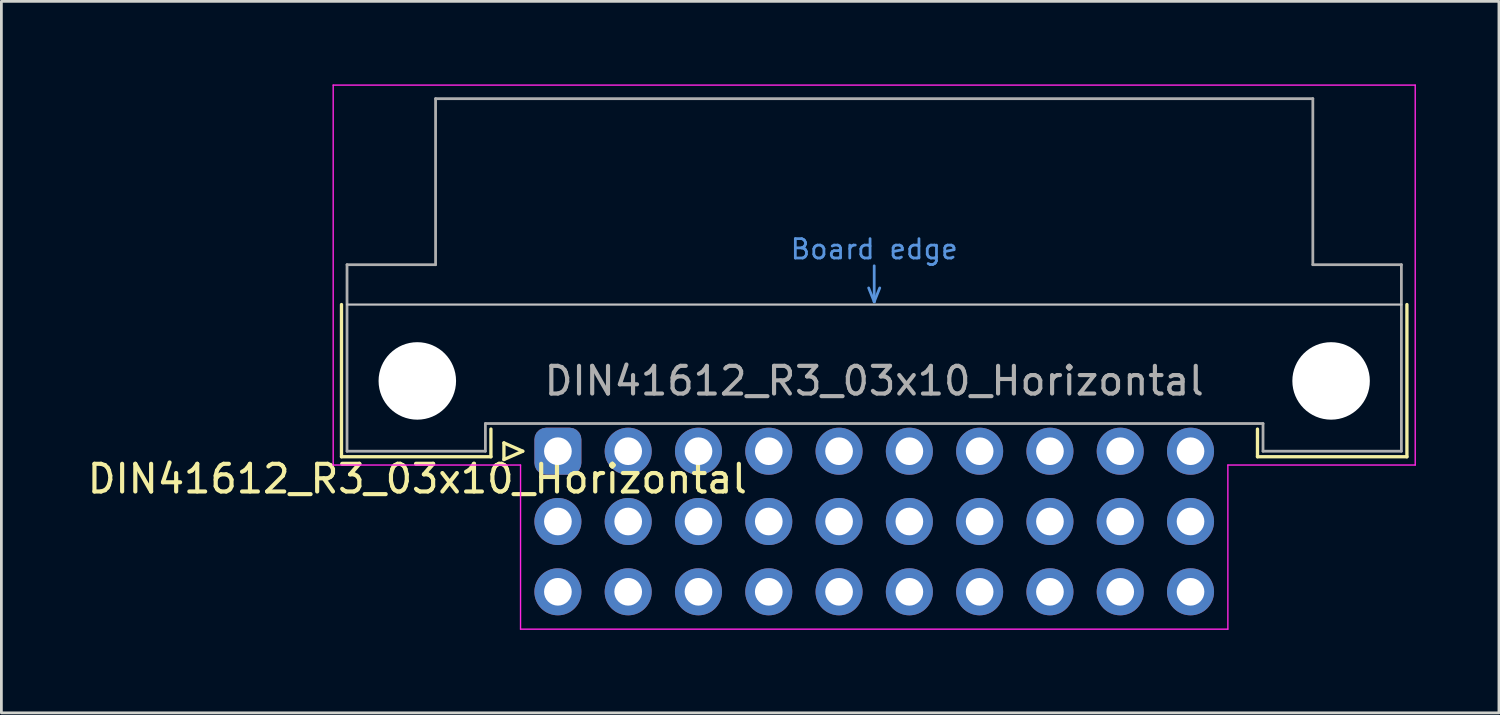
<source format=kicad_pcb>
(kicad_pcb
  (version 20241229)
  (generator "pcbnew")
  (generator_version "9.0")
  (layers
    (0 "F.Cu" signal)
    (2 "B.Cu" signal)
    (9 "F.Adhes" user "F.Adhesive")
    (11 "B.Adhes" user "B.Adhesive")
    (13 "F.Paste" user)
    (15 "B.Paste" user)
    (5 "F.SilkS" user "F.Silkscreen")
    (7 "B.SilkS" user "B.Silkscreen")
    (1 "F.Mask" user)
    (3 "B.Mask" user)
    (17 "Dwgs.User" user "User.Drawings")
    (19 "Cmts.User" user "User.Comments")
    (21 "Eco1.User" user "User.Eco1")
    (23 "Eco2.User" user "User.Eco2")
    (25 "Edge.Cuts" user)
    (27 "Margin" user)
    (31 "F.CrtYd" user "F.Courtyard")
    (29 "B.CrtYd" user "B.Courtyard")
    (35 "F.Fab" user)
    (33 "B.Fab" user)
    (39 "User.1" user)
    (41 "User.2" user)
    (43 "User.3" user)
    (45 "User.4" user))
  (footprint "DIN41612_R3_03x10_Horizontal"
    (layer "F.Cu")
    (at 17.11 13.255)
    (property "Reference" "DIN41612_R3_03x10_Horizontal" (at -5.08 1 0) (layer "F.SilkS") (effects (font (size 1 1) (thickness 0.15))))
    (attr through_hole)
    (fp_line (start -7.82 -5.3) (end -7.82 0.2) (stroke (width 0.12) (type solid)) (layer "F.SilkS"))
    (fp_line (start -7.82 0.2) (end -2.42 0.2) (stroke (width 0.12) (type solid)) (layer "F.SilkS"))
    (fp_line (start -2.42 0.2) (end -2.42 -0.8) (stroke (width 0.12) (type solid)) (layer "F.SilkS"))
    (fp_line (start -1.95 -0.3) (end -1.95 0.3) (stroke (width 0.12) (type solid)) (layer "F.SilkS"))
    (fp_line (start -1.95 0.3) (end -1.27 0) (stroke (width 0.12) (type solid)) (layer "F.SilkS"))
    (fp_line (start -1.27 0) (end -1.95 -0.3) (stroke (width 0.12) (type solid)) (layer "F.SilkS"))
    (fp_line (start 25.28 0.2) (end 25.28 -0.8) (stroke (width 0.12) (type solid)) (layer "F.SilkS"))
    (fp_line (start 30.68 -5.3) (end 30.68 0.2) (stroke (width 0.12) (type solid)) (layer "F.SilkS"))
    (fp_line (start 30.68 0.2) (end 25.28 0.2) (stroke (width 0.12) (type solid)) (layer "F.SilkS"))
    (fp_line (start -7.62 -5.3) (end 30.48 -5.3) (stroke (width 0.08) (type solid)) (layer "Dwgs.User"))
    (fp_line (start 11.23 -5.9) (end 11.43 -5.4) (stroke (width 0.1) (type solid)) (layer "Cmts.User"))
    (fp_line (start 11.43 -5.4) (end 11.43 -6.7) (stroke (width 0.1) (type solid)) (layer "Cmts.User"))
    (fp_line (start 11.43 -5.4) (end 11.63 -5.9) (stroke (width 0.1) (type solid)) (layer "Cmts.User"))
    (fp_line (start -8.12 -13.23) (end -8.12 0.5) (stroke (width 0.05) (type solid)) (layer "F.CrtYd"))
    (fp_line (start -8.12 0.5) (end -1.35 0.5) (stroke (width 0.05) (type solid)) (layer "F.CrtYd"))
    (fp_line (start -1.35 0.5) (end -1.35 6.43) (stroke (width 0.05) (type solid)) (layer "F.CrtYd"))
    (fp_line (start -1.35 6.43) (end 24.21 6.43) (stroke (width 0.05) (type solid)) (layer "F.CrtYd"))
    (fp_line (start 24.21 0.5) (end 30.98 0.5) (stroke (width 0.05) (type solid)) (layer "F.CrtYd"))
    (fp_line (start 24.21 6.43) (end 24.21 0.5) (stroke (width 0.05) (type solid)) (layer "F.CrtYd"))
    (fp_line (start 30.98 -13.23) (end -8.12 -13.23) (stroke (width 0.05) (type solid)) (layer "F.CrtYd"))
    (fp_line (start 30.98 0.5) (end 30.98 -13.23) (stroke (width 0.05) (type solid)) (layer "F.CrtYd"))
    (fp_line (start -7.62 -6.74) (end -7.62 0) (stroke (width 0.1) (type solid)) (layer "F.Fab"))
    (fp_line (start -7.62 0) (end -2.62 0) (stroke (width 0.1) (type solid)) (layer "F.Fab"))
    (fp_line (start -4.42 -12.74) (end -4.42 -6.74) (stroke (width 0.1) (type solid)) (layer "F.Fab"))
    (fp_line (start -4.42 -6.74) (end -7.62 -6.74) (stroke (width 0.1) (type solid)) (layer "F.Fab"))
    (fp_line (start -2.62 -1) (end 25.48 -1) (stroke (width 0.1) (type solid)) (layer "F.Fab"))
    (fp_line (start -2.62 0) (end -2.62 -1) (stroke (width 0.1) (type solid)) (layer "F.Fab"))
    (fp_line (start 25.48 -1) (end 25.48 0) (stroke (width 0.1) (type solid)) (layer "F.Fab"))
    (fp_line (start 25.48 0) (end 30.48 0) (stroke (width 0.1) (type solid)) (layer "F.Fab"))
    (fp_line (start 27.28 -12.74) (end -4.42 -12.74) (stroke (width 0.1) (type solid)) (layer "F.Fab"))
    (fp_line (start 27.28 -6.74) (end 27.28 -12.74) (stroke (width 0.1) (type solid)) (layer "F.Fab"))
    (fp_line (start 30.48 -6.74) (end 27.28 -6.74) (stroke (width 0.1) (type solid)) (layer "F.Fab"))
    (fp_line (start 30.48 0) (end 30.48 -6.74) (stroke (width 0.1) (type solid)) (layer "F.Fab"))
    (fp_text user "Board edge" (at 11.43 -7.3 0) (layer "Cmts.User") (effects (font (size 0.7 0.7) (thickness 0.1))))
    (fp_text user "${REFERENCE}" (at 11.43 -2.54 0) (layer "F.Fab") (effects (font (size 1 1) (thickness 0.15))))
    (pad "" np_thru_hole circle (at -5.08 -2.54) (size 2.8 2.8) (drill 2.8) (layers "*.Cu" "*.Mask"))
    (pad "" np_thru_hole circle (at 27.94 -2.54) (size 2.8 2.8) (drill 2.8) (layers "*.Cu" "*.Mask"))
    (pad "a1" thru_hole roundrect (at 0 0) (size 1.7 1.7) (drill 1) (layers "*.Cu" "*.Mask") (roundrect_rratio 0.25))
    (pad "a2" thru_hole circle (at 2.54 0) (size 1.7 1.7) (drill 1) (layers "*.Cu" "*.Mask"))
    (pad "a3" thru_hole circle (at 5.08 0) (size 1.7 1.7) (drill 1) (layers "*.Cu" "*.Mask"))
    (pad "a4" thru_hole circle (at 7.62 0) (size 1.7 1.7) (drill 1) (layers "*.Cu" "*.Mask"))
    (pad "a5" thru_hole circle (at 10.16 0) (size 1.7 1.7) (drill 1) (layers "*.Cu" "*.Mask"))
    (pad "a6" thru_hole circle (at 12.7 0) (size 1.7 1.7) (drill 1) (layers "*.Cu" "*.Mask"))
    (pad "a7" thru_hole circle (at 15.24 0) (size 1.7 1.7) (drill 1) (layers "*.Cu" "*.Mask"))
    (pad "a8" thru_hole circle (at 17.78 0) (size 1.7 1.7) (drill 1) (layers "*.Cu" "*.Mask"))
    (pad "a9" thru_hole circle (at 20.32 0) (size 1.7 1.7) (drill 1) (layers "*.Cu" "*.Mask"))
    (pad "a10" thru_hole circle (at 22.86 0) (size 1.7 1.7) (drill 1) (layers "*.Cu" "*.Mask"))
    (pad "b1" thru_hole circle (at 0 2.54) (size 1.7 1.7) (drill 1) (layers "*.Cu" "*.Mask"))
    (pad "b2" thru_hole circle (at 2.54 2.54) (size 1.7 1.7) (drill 1) (layers "*.Cu" "*.Mask"))
    (pad "b3" thru_hole circle (at 5.08 2.54) (size 1.7 1.7) (drill 1) (layers "*.Cu" "*.Mask"))
    (pad "b4" thru_hole circle (at 7.62 2.54) (size 1.7 1.7) (drill 1) (layers "*.Cu" "*.Mask"))
    (pad "b5" thru_hole circle (at 10.16 2.54) (size 1.7 1.7) (drill 1) (layers "*.Cu" "*.Mask"))
    (pad "b6" thru_hole circle (at 12.7 2.54) (size 1.7 1.7) (drill 1) (layers "*.Cu" "*.Mask"))
    (pad "b7" thru_hole circle (at 15.24 2.54) (size 1.7 1.7) (drill 1) (layers "*.Cu" "*.Mask"))
    (pad "b8" thru_hole circle (at 17.78 2.54) (size 1.7 1.7) (drill 1) (layers "*.Cu" "*.Mask"))
    (pad "b9" thru_hole circle (at 20.32 2.54) (size 1.7 1.7) (drill 1) (layers "*.Cu" "*.Mask"))
    (pad "b10" thru_hole circle (at 22.86 2.54) (size 1.7 1.7) (drill 1) (layers "*.Cu" "*.Mask"))
    (pad "c1" thru_hole circle (at 0 5.08) (size 1.7 1.7) (drill 1) (layers "*.Cu" "*.Mask"))
    (pad "c2" thru_hole circle (at 2.54 5.08) (size 1.7 1.7) (drill 1) (layers "*.Cu" "*.Mask"))
    (pad "c3" thru_hole circle (at 5.08 5.08) (size 1.7 1.7) (drill 1) (layers "*.Cu" "*.Mask"))
    (pad "c4" thru_hole circle (at 7.62 5.08) (size 1.7 1.7) (drill 1) (layers "*.Cu" "*.Mask"))
    (pad "c5" thru_hole circle (at 10.16 5.08) (size 1.7 1.7) (drill 1) (layers "*.Cu" "*.Mask"))
    (pad "c6" thru_hole circle (at 12.7 5.08) (size 1.7 1.7) (drill 1) (layers "*.Cu" "*.Mask"))
    (pad "c7" thru_hole circle (at 15.24 5.08) (size 1.7 1.7) (drill 1) (layers "*.Cu" "*.Mask"))
    (pad "c8" thru_hole circle (at 17.78 5.08) (size 1.7 1.7) (drill 1) (layers "*.Cu" "*.Mask"))
    (pad "c9" thru_hole circle (at 20.32 5.08) (size 1.7 1.7) (drill 1) (layers "*.Cu" "*.Mask"))
    (pad "c10" thru_hole circle (at 22.86 5.08) (size 1.7 1.7) (drill 1) (layers "*.Cu" "*.Mask")))
  (gr_rect
    (start -3 -3)
    (end 51.115 22.71)
    (stroke (width 0.1) (type default))
    (fill no)
    (layer "Edge.Cuts")))
</source>
